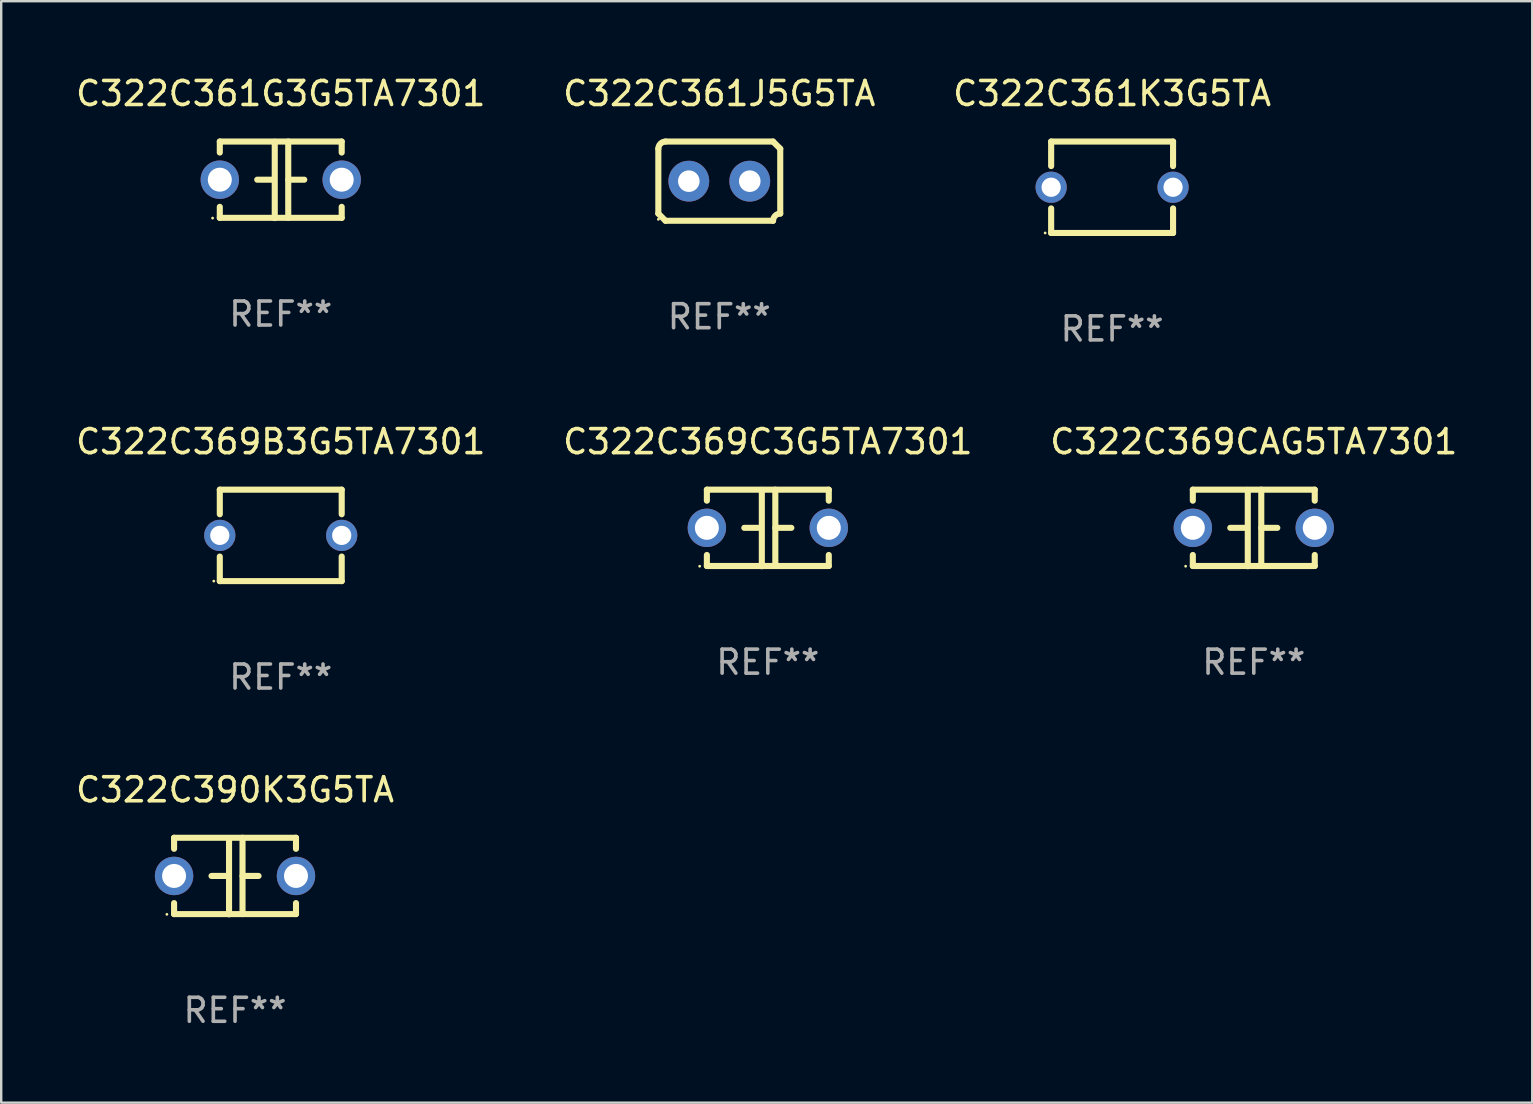
<source format=kicad_pcb>
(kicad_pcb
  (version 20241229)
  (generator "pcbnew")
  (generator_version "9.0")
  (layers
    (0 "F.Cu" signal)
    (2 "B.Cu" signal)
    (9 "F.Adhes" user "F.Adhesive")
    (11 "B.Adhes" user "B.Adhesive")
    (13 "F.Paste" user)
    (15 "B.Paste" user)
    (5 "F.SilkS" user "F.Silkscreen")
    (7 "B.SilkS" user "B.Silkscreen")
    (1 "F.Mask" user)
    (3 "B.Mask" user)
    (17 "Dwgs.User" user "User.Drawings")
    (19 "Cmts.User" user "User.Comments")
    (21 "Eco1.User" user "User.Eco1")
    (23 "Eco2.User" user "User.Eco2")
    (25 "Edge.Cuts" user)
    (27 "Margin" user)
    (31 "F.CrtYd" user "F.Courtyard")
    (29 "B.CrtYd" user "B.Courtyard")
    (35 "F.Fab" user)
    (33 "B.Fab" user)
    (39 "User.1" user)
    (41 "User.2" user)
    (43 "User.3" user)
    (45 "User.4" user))
  (footprint "C322C390K3G5TA"
    (layer "F.Cu")
    (at 6.744 33.456)
    (property "Reference" "C322C390K3G5TA" (at 0 -3.595 0) (layer "F.SilkS") (effects (font (size 1 1) (thickness 0.15))))
    (attr through_hole)
    (fp_line (start -2.54 -1.595) (end -2.54 -1.136) (stroke (width 0.254) (type solid)) (layer "F.SilkS"))
    (fp_line (start -2.54 -1.595) (end 2.54 -1.595) (stroke (width 0.254) (type solid)) (layer "F.SilkS"))
    (fp_line (start -2.54 1.126) (end -2.54 1.585) (stroke (width 0.254) (type solid)) (layer "F.SilkS"))
    (fp_line (start -0.312 -0.005) (end -0.98 -0.005) (stroke (width 0.254) (type solid)) (layer "F.SilkS"))
    (fp_line (start -0.25 -1.585) (end -0.25 1.595) (stroke (width 0.254) (type solid)) (layer "F.SilkS"))
    (fp_line (start 0.312 -1.595) (end 0.312 1.585) (stroke (width 0.254) (type solid)) (layer "F.SilkS"))
    (fp_line (start 0.312 -0.005) (end 0.98 -0.005) (stroke (width 0.254) (type solid)) (layer "F.SilkS"))
    (fp_line (start 2.54 -1.595) (end 2.54 -1.136) (stroke (width 0.254) (type solid)) (layer "F.SilkS"))
    (fp_line (start 2.54 1.126) (end 2.54 1.585) (stroke (width 0.254) (type solid)) (layer "F.SilkS"))
    (fp_line (start 2.54 1.585) (end -2.54 1.585) (stroke (width 0.254) (type solid)) (layer "F.SilkS"))
    (fp_circle (center -2.84 1.595) (end -2.81 1.595) (stroke (width 0.06) (type solid)) (fill no) (layer "F.SilkS"))
    (fp_text user "REF**" (at 0 5.595 0) (layer "F.Fab") (effects (font (size 1 1) (thickness 0.15))))
    (pad "1" thru_hole circle (at -2.54 -0.005) (size 1.6 1.6) (drill 1) (layers "*.Cu" "*.Mask"))
    (pad "2" thru_hole circle (at 2.54 -0.005) (size 1.6 1.6) (drill 1) (layers "*.Cu" "*.Mask")))
  (footprint "C322C361J5G5TA"
    (layer "F.Cu")
    (at 26.923 4.499)
    (property "Reference" "C322C361J5G5TA" (at 0 -3.651 0) (layer "F.SilkS") (effects (font (size 1 1) (thickness 0.15))))
    (attr through_hole)
    (fp_line (start -2.54 -1.351) (end -2.54 1.351) (stroke (width 0.254) (type solid)) (layer "F.SilkS"))
    (fp_line (start -2.24 -1.651) (end 2.24 -1.651) (stroke (width 0.254) (type solid)) (layer "F.SilkS"))
    (fp_line (start 2.24 1.651) (end -2.24 1.651) (stroke (width 0.254) (type solid)) (layer "F.SilkS"))
    (fp_line (start 2.54 1.351) (end 2.54 -1.351) (stroke (width 0.254) (type solid)) (layer "F.SilkS"))
    (fp_arc (start -2.540005 -1.351283) (mid -2.450115 -1.561309) (end -2.240005 -1.651003) (stroke (width 0.254001) (type solid)) (layer "F.SilkS"))
    (fp_arc (start -2.240287 1.651001) (mid -2.390163 1.501019) (end -2.540005 1.351003) (stroke (width 0.254001) (type solid)) (layer "F.SilkS"))
    (fp_arc (start 2.240005 1.651003) (mid 2.329934 1.441015) (end 2.540005 1.351282) (stroke (width 0.254001) (type solid)) (layer "F.SilkS"))
    (fp_arc (start 2.540005 -1.351003) (mid 2.389393 -1.500252) (end 2.240284 -1.651003) (stroke (width 0.254001) (type solid)) (layer "F.SilkS"))
    (fp_circle (center -2.54 1.59) (end -2.51 1.59) (stroke (width 0.06) (type solid)) (fill no) (layer "F.SilkS"))
    (fp_text user "REF**" (at 0 5.651 0) (layer "F.Fab") (effects (font (size 1 1) (thickness 0.15))))
    (pad "1" thru_hole circle (at -1.27 0) (size 1.7 1.7) (drill 0.9) (layers "*.Cu" "*.Mask"))
    (pad "2" thru_hole circle (at 1.27 0) (size 1.7 1.7) (drill 0.9) (layers "*.Cu" "*.Mask")))
  (footprint "C322C369B3G5TA7301"
    (layer "F.Cu")
    (at 8.649 19.26)
    (property "Reference" "C322C369B3G5TA7301" (at 0 -3.905 0) (layer "F.SilkS") (effects (font (size 1 1) (thickness 0.15))))
    (attr through_hole)
    (fp_line (start -2.54 -1.905) (end -2.54 -0.881) (stroke (width 0.254) (type solid)) (layer "F.SilkS"))
    (fp_line (start -2.54 0.881) (end -2.54 1.905) (stroke (width 0.254) (type solid)) (layer "F.SilkS"))
    (fp_line (start -2.54 1.905) (end 2.54 1.905) (stroke (width 0.254) (type solid)) (layer "F.SilkS"))
    (fp_line (start 2.54 -1.905) (end -2.54 -1.905) (stroke (width 0.254) (type solid)) (layer "F.SilkS"))
    (fp_line (start 2.54 -0.881) (end 2.54 -1.905) (stroke (width 0.254) (type solid)) (layer "F.SilkS"))
    (fp_line (start 2.54 1.905) (end 2.54 0.881) (stroke (width 0.254) (type solid)) (layer "F.SilkS"))
    (fp_circle (center -2.79 1.905) (end -2.76 1.905) (stroke (width 0.06) (type solid)) (fill no) (layer "F.SilkS"))
    (fp_text user "REF**" (at 0 5.905 0) (layer "F.Fab") (effects (font (size 1 1) (thickness 0.15))))
    (pad "1" thru_hole circle (at -2.54 0) (size 1.3 1.3) (drill 0.8) (layers "*.Cu" "*.Mask"))
    (pad "2" thru_hole circle (at 2.54 0) (size 1.3 1.3) (drill 0.8) (layers "*.Cu" "*.Mask")))
  (footprint "C322C369C3G5TA7301"
    (layer "F.Cu")
    (at 28.946 18.95)
    (property "Reference" "C322C369C3G5TA7301" (at 0 -3.595 0) (layer "F.SilkS") (effects (font (size 1 1) (thickness 0.15))))
    (attr through_hole)
    (fp_line (start -2.54 -1.595) (end -2.54 -1.136) (stroke (width 0.254) (type solid)) (layer "F.SilkS"))
    (fp_line (start -2.54 -1.595) (end 2.54 -1.595) (stroke (width 0.254) (type solid)) (layer "F.SilkS"))
    (fp_line (start -2.54 1.126) (end -2.54 1.585) (stroke (width 0.254) (type solid)) (layer "F.SilkS"))
    (fp_line (start -0.312 -0.005) (end -0.98 -0.005) (stroke (width 0.254) (type solid)) (layer "F.SilkS"))
    (fp_line (start -0.25 -1.585) (end -0.25 1.595) (stroke (width 0.254) (type solid)) (layer "F.SilkS"))
    (fp_line (start 0.312 -1.595) (end 0.312 1.585) (stroke (width 0.254) (type solid)) (layer "F.SilkS"))
    (fp_line (start 0.312 -0.005) (end 0.98 -0.005) (stroke (width 0.254) (type solid)) (layer "F.SilkS"))
    (fp_line (start 2.54 -1.595) (end 2.54 -1.136) (stroke (width 0.254) (type solid)) (layer "F.SilkS"))
    (fp_line (start 2.54 1.126) (end 2.54 1.585) (stroke (width 0.254) (type solid)) (layer "F.SilkS"))
    (fp_line (start 2.54 1.585) (end -2.54 1.585) (stroke (width 0.254) (type solid)) (layer "F.SilkS"))
    (fp_circle (center -2.84 1.595) (end -2.81 1.595) (stroke (width 0.06) (type solid)) (fill no) (layer "F.SilkS"))
    (fp_text user "REF**" (at 0 5.595 0) (layer "F.Fab") (effects (font (size 1 1) (thickness 0.15))))
    (pad "1" thru_hole circle (at -2.54 -0.005) (size 1.6 1.6) (drill 1) (layers "*.Cu" "*.Mask"))
    (pad "2" thru_hole circle (at 2.54 -0.005) (size 1.6 1.6) (drill 1) (layers "*.Cu" "*.Mask")))
  (footprint "C322C369CAG5TA7301"
    (layer "F.Cu")
    (at 49.196 18.95)
    (property "Reference" "C322C369CAG5TA7301" (at 0 -3.595 0) (layer "F.SilkS") (effects (font (size 1 1) (thickness 0.15))))
    (attr through_hole)
    (fp_line (start -2.54 -1.595) (end -2.54 -1.136) (stroke (width 0.254) (type solid)) (layer "F.SilkS"))
    (fp_line (start -2.54 -1.595) (end 2.54 -1.595) (stroke (width 0.254) (type solid)) (layer "F.SilkS"))
    (fp_line (start -2.54 1.126) (end -2.54 1.585) (stroke (width 0.254) (type solid)) (layer "F.SilkS"))
    (fp_line (start -0.312 -0.005) (end -0.98 -0.005) (stroke (width 0.254) (type solid)) (layer "F.SilkS"))
    (fp_line (start -0.25 -1.585) (end -0.25 1.595) (stroke (width 0.254) (type solid)) (layer "F.SilkS"))
    (fp_line (start 0.312 -1.595) (end 0.312 1.585) (stroke (width 0.254) (type solid)) (layer "F.SilkS"))
    (fp_line (start 0.312 -0.005) (end 0.98 -0.005) (stroke (width 0.254) (type solid)) (layer "F.SilkS"))
    (fp_line (start 2.54 -1.595) (end 2.54 -1.136) (stroke (width 0.254) (type solid)) (layer "F.SilkS"))
    (fp_line (start 2.54 1.126) (end 2.54 1.585) (stroke (width 0.254) (type solid)) (layer "F.SilkS"))
    (fp_line (start 2.54 1.585) (end -2.54 1.585) (stroke (width 0.254) (type solid)) (layer "F.SilkS"))
    (fp_circle (center -2.84 1.595) (end -2.81 1.595) (stroke (width 0.06) (type solid)) (fill no) (layer "F.SilkS"))
    (fp_text user "REF**" (at 0 5.595 0) (layer "F.Fab") (effects (font (size 1 1) (thickness 0.15))))
    (pad "1" thru_hole circle (at -2.54 -0.005) (size 1.6 1.6) (drill 1) (layers "*.Cu" "*.Mask"))
    (pad "2" thru_hole circle (at 2.54 -0.005) (size 1.6 1.6) (drill 1) (layers "*.Cu" "*.Mask")))
  (footprint "C322C361G3G5TA7301"
    (layer "F.Cu")
    (at 8.649 4.443)
    (property "Reference" "C322C361G3G5TA7301" (at 0 -3.595 0) (layer "F.SilkS") (effects (font (size 1 1) (thickness 0.15))))
    (attr through_hole)
    (fp_line (start -2.54 -1.595) (end -2.54 -1.136) (stroke (width 0.254) (type solid)) (layer "F.SilkS"))
    (fp_line (start -2.54 -1.595) (end 2.54 -1.595) (stroke (width 0.254) (type solid)) (layer "F.SilkS"))
    (fp_line (start -2.54 1.126) (end -2.54 1.585) (stroke (width 0.254) (type solid)) (layer "F.SilkS"))
    (fp_line (start -0.312 -0.005) (end -0.98 -0.005) (stroke (width 0.254) (type solid)) (layer "F.SilkS"))
    (fp_line (start -0.25 -1.585) (end -0.25 1.595) (stroke (width 0.254) (type solid)) (layer "F.SilkS"))
    (fp_line (start 0.312 -1.595) (end 0.312 1.585) (stroke (width 0.254) (type solid)) (layer "F.SilkS"))
    (fp_line (start 0.312 -0.005) (end 0.98 -0.005) (stroke (width 0.254) (type solid)) (layer "F.SilkS"))
    (fp_line (start 2.54 -1.595) (end 2.54 -1.136) (stroke (width 0.254) (type solid)) (layer "F.SilkS"))
    (fp_line (start 2.54 1.126) (end 2.54 1.585) (stroke (width 0.254) (type solid)) (layer "F.SilkS"))
    (fp_line (start 2.54 1.585) (end -2.54 1.585) (stroke (width 0.254) (type solid)) (layer "F.SilkS"))
    (fp_circle (center -2.84 1.595) (end -2.81 1.595) (stroke (width 0.06) (type solid)) (fill no) (layer "F.SilkS"))
    (fp_text user "REF**" (at 0 5.595 0) (layer "F.Fab") (effects (font (size 1 1) (thickness 0.15))))
    (pad "1" thru_hole circle (at -2.54 -0.005) (size 1.6 1.6) (drill 1) (layers "*.Cu" "*.Mask"))
    (pad "2" thru_hole circle (at 2.54 -0.005) (size 1.6 1.6) (drill 1) (layers "*.Cu" "*.Mask")))
  (footprint "C322C361K3G5TA"
    (layer "F.Cu")
    (at 43.292 4.753)
    (property "Reference" "C322C361K3G5TA" (at 0 -3.905 0) (layer "F.SilkS") (effects (font (size 1 1) (thickness 0.15))))
    (attr through_hole)
    (fp_line (start -2.54 -1.905) (end -2.54 -0.881) (stroke (width 0.254) (type solid)) (layer "F.SilkS"))
    (fp_line (start -2.54 0.881) (end -2.54 1.905) (stroke (width 0.254) (type solid)) (layer "F.SilkS"))
    (fp_line (start -2.54 1.905) (end 2.54 1.905) (stroke (width 0.254) (type solid)) (layer "F.SilkS"))
    (fp_line (start 2.54 -1.905) (end -2.54 -1.905) (stroke (width 0.254) (type solid)) (layer "F.SilkS"))
    (fp_line (start 2.54 -0.881) (end 2.54 -1.905) (stroke (width 0.254) (type solid)) (layer "F.SilkS"))
    (fp_line (start 2.54 1.905) (end 2.54 0.881) (stroke (width 0.254) (type solid)) (layer "F.SilkS"))
    (fp_circle (center -2.79 1.905) (end -2.76 1.905) (stroke (width 0.06) (type solid)) (fill no) (layer "F.SilkS"))
    (fp_text user "REF**" (at 0 5.905 0) (layer "F.Fab") (effects (font (size 1 1) (thickness 0.15))))
    (pad "1" thru_hole circle (at -2.54 0) (size 1.3 1.3) (drill 0.8) (layers "*.Cu" "*.Mask"))
    (pad "2" thru_hole circle (at 2.54 0) (size 1.3 1.3) (drill 0.8) (layers "*.Cu" "*.Mask")))
  (gr_rect
    (start -3 -3)
    (end 60.798 42.899)
    (stroke (width 0.1) (type default))
    (fill no)
    (layer "Edge.Cuts")))
</source>
